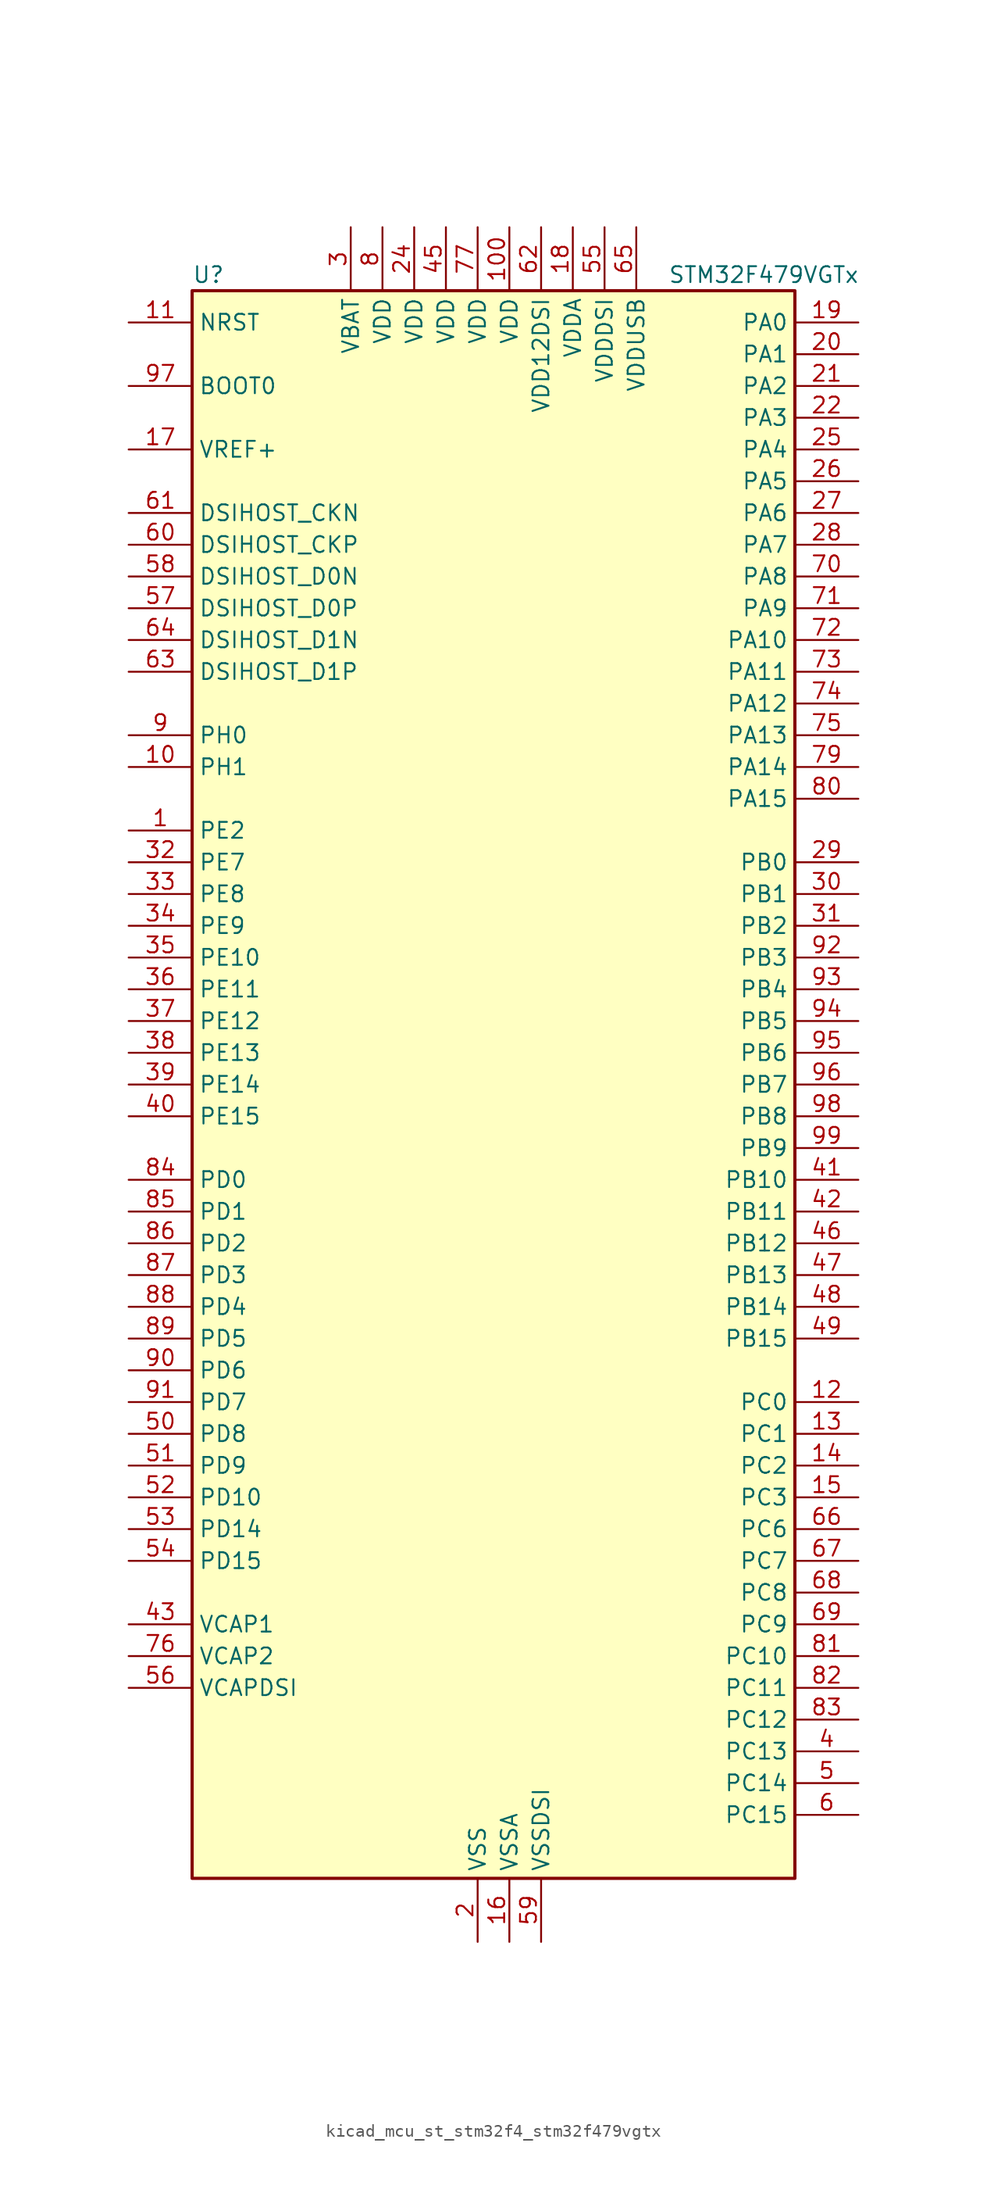
<source format=kicad_sym>
(kicad_symbol_lib
  (version 20220914)
  (generator kicad_symbol_editor)
  (symbol "kicad_mcu_st_stm32f4_stm32f479vgtx"
    (property "Reference" "U"
      (at -22.86 64.77 0)
      (effects (font (size 1.27 1.27)) (justify left)))
    (property "Value" "STM32F479VGTx"
      (at 15.24 64.77 0)
      (effects (font (size 1.27 1.27)) (justify left)))
    (property "ki_locked" ""
      (at 0 0 0)
      (effects (font (size 1.27 1.27))))
    (symbol "kicad_mcu_st_stm32f4_stm32f479vgtx_0_1"
      (rectangle (start -22.86 -63.5) (end 25.4 63.5) (stroke (width 0.254) (type default)) (fill (type background))))
    (symbol "kicad_mcu_st_stm32f4_stm32f479vgtx_1_1"
      (pin bidirectional line (at -27.94 20.32 0) (length 5.08) (name "PE2" (effects (font (size 1.27 1.27)))) (number "1" (effects (font (size 1.27 1.27)))) (alternate "FMC_A23" bidirectional line) (alternate "QUADSPI_BK1_IO2" bidirectional line) (alternate "SAI1_MCLK_A" bidirectional line) (alternate "SPI4_SCK" bidirectional line) (alternate "SYS_TRACECLK" bidirectional line))
      (pin bidirectional line (at -27.94 25.4 0) (length 5.08) (name "PH1" (effects (font (size 1.27 1.27)))) (number "10" (effects (font (size 1.27 1.27)))) (alternate "RCC_OSC_OUT" bidirectional line))
      (pin power_in line (at 2.54 68.58 270) (length 5.08) (name "VDD" (effects (font (size 1.27 1.27)))) (number "100" (effects (font (size 1.27 1.27)))))
      (pin input line (at -27.94 60.96 0) (length 5.08) (name "NRST" (effects (font (size 1.27 1.27)))) (number "11" (effects (font (size 1.27 1.27)))))
      (pin bidirectional line (at 30.48 -25.4 180) (length 5.08) (name "PC0" (effects (font (size 1.27 1.27)))) (number "12" (effects (font (size 1.27 1.27)))) (alternate "ADC1_IN10" bidirectional line) (alternate "ADC2_IN10" bidirectional line) (alternate "ADC3_IN10" bidirectional line) (alternate "FMC_SDNWE" bidirectional line) (alternate "LTDC_R5" bidirectional line) (alternate "USB_OTG_HS_ULPI_STP" bidirectional line))
      (pin bidirectional line (at 30.48 -27.94 180) (length 5.08) (name "PC1" (effects (font (size 1.27 1.27)))) (number "13" (effects (font (size 1.27 1.27)))) (alternate "ADC1_IN11" bidirectional line) (alternate "ADC2_IN11" bidirectional line) (alternate "ADC3_IN11" bidirectional line) (alternate "I2S2_SD" bidirectional line) (alternate "SAI1_SD_A" bidirectional line) (alternate "SPI2_MOSI" bidirectional line) (alternate "SYS_TRACED0" bidirectional line))
      (pin bidirectional line (at 30.48 -30.48 180) (length 5.08) (name "PC2" (effects (font (size 1.27 1.27)))) (number "14" (effects (font (size 1.27 1.27)))) (alternate "ADC1_IN12" bidirectional line) (alternate "ADC2_IN12" bidirectional line) (alternate "ADC3_IN12" bidirectional line) (alternate "FMC_SDNE0" bidirectional line) (alternate "I2S2_ext_SD" bidirectional line) (alternate "SPI2_MISO" bidirectional line) (alternate "USB_OTG_HS_ULPI_DIR" bidirectional line))
      (pin bidirectional line (at 30.48 -33.02 180) (length 5.08) (name "PC3" (effects (font (size 1.27 1.27)))) (number "15" (effects (font (size 1.27 1.27)))) (alternate "ADC1_IN13" bidirectional line) (alternate "ADC2_IN13" bidirectional line) (alternate "ADC3_IN13" bidirectional line) (alternate "FMC_SDCKE0" bidirectional line) (alternate "I2S2_SD" bidirectional line) (alternate "SPI2_MOSI" bidirectional line) (alternate "USB_OTG_HS_ULPI_NXT" bidirectional line))
      (pin power_in line (at 2.54 -68.58 90) (length 5.08) (name "VSSA" (effects (font (size 1.27 1.27)))) (number "16" (effects (font (size 1.27 1.27)))))
      (pin input line (at -27.94 50.8 0) (length 5.08) (name "VREF+" (effects (font (size 1.27 1.27)))) (number "17" (effects (font (size 1.27 1.27)))))
      (pin power_in line (at 7.62 68.58 270) (length 5.08) (name "VDDA" (effects (font (size 1.27 1.27)))) (number "18" (effects (font (size 1.27 1.27)))))
      (pin bidirectional line (at 30.48 60.96 180) (length 5.08) (name "PA0" (effects (font (size 1.27 1.27)))) (number "19" (effects (font (size 1.27 1.27)))) (alternate "ADC1_IN0" bidirectional line) (alternate "ADC2_IN0" bidirectional line) (alternate "ADC3_IN0" bidirectional line) (alternate "SYS_WKUP" bidirectional line) (alternate "TIM2_CH1" bidirectional line) (alternate "TIM2_ETR" bidirectional line) (alternate "TIM5_CH1" bidirectional line) (alternate "TIM8_ETR" bidirectional line) (alternate "UART4_TX" bidirectional line) (alternate "USART2_CTS" bidirectional line))
      (pin power_in line (at 0 -68.58 90) (length 5.08) (name "VSS" (effects (font (size 1.27 1.27)))) (number "2" (effects (font (size 1.27 1.27)))))
      (pin bidirectional line (at 30.48 58.42 180) (length 5.08) (name "PA1" (effects (font (size 1.27 1.27)))) (number "20" (effects (font (size 1.27 1.27)))) (alternate "ADC1_IN1" bidirectional line) (alternate "ADC2_IN1" bidirectional line) (alternate "ADC3_IN1" bidirectional line) (alternate "LTDC_R2" bidirectional line) (alternate "QUADSPI_BK1_IO3" bidirectional line) (alternate "TIM2_CH2" bidirectional line) (alternate "TIM5_CH2" bidirectional line) (alternate "UART4_RX" bidirectional line) (alternate "USART2_RTS" bidirectional line))
      (pin bidirectional line (at 30.48 55.88 180) (length 5.08) (name "PA2" (effects (font (size 1.27 1.27)))) (number "21" (effects (font (size 1.27 1.27)))) (alternate "ADC1_IN2" bidirectional line) (alternate "ADC2_IN2" bidirectional line) (alternate "ADC3_IN2" bidirectional line) (alternate "LTDC_R1" bidirectional line) (alternate "TIM2_CH3" bidirectional line) (alternate "TIM5_CH3" bidirectional line) (alternate "TIM9_CH1" bidirectional line) (alternate "USART2_TX" bidirectional line))
      (pin bidirectional line (at 30.48 53.34 180) (length 5.08) (name "PA3" (effects (font (size 1.27 1.27)))) (number "22" (effects (font (size 1.27 1.27)))) (alternate "ADC1_IN3" bidirectional line) (alternate "ADC2_IN3" bidirectional line) (alternate "ADC3_IN3" bidirectional line) (alternate "LTDC_B2" bidirectional line) (alternate "LTDC_B5" bidirectional line) (alternate "TIM2_CH4" bidirectional line) (alternate "TIM5_CH4" bidirectional line) (alternate "TIM9_CH2" bidirectional line) (alternate "USART2_RX" bidirectional line) (alternate "USB_OTG_HS_ULPI_D0" bidirectional line))
      (pin passive line (at 0 -68.58 90) (length 5.08) hide (name "VSS" (effects (font (size 1.27 1.27)))) (number "23" (effects (font (size 1.27 1.27)))))
      (pin power_in line (at -5.08 68.58 270) (length 5.08) (name "VDD" (effects (font (size 1.27 1.27)))) (number "24" (effects (font (size 1.27 1.27)))))
      (pin bidirectional line (at 30.48 50.8 180) (length 5.08) (name "PA4" (effects (font (size 1.27 1.27)))) (number "25" (effects (font (size 1.27 1.27)))) (alternate "ADC1_IN4" bidirectional line) (alternate "ADC2_IN4" bidirectional line) (alternate "DAC_OUT1" bidirectional line) (alternate "DCMI_HSYNC" bidirectional line) (alternate "I2S3_WS" bidirectional line) (alternate "LTDC_VSYNC" bidirectional line) (alternate "SPI1_NSS" bidirectional line) (alternate "SPI3_NSS" bidirectional line) (alternate "USART2_CK" bidirectional line) (alternate "USB_OTG_HS_SOF" bidirectional line))
      (pin bidirectional line (at 30.48 48.26 180) (length 5.08) (name "PA5" (effects (font (size 1.27 1.27)))) (number "26" (effects (font (size 1.27 1.27)))) (alternate "ADC1_IN5" bidirectional line) (alternate "ADC2_IN5" bidirectional line) (alternate "DAC_OUT2" bidirectional line) (alternate "LTDC_R4" bidirectional line) (alternate "SPI1_SCK" bidirectional line) (alternate "TIM2_CH1" bidirectional line) (alternate "TIM2_ETR" bidirectional line) (alternate "TIM8_CH1N" bidirectional line) (alternate "USB_OTG_HS_ULPI_CK" bidirectional line))
      (pin bidirectional line (at 30.48 45.72 180) (length 5.08) (name "PA6" (effects (font (size 1.27 1.27)))) (number "27" (effects (font (size 1.27 1.27)))) (alternate "ADC1_IN6" bidirectional line) (alternate "ADC2_IN6" bidirectional line) (alternate "DCMI_PIXCLK" bidirectional line) (alternate "LTDC_G2" bidirectional line) (alternate "SPI1_MISO" bidirectional line) (alternate "TIM13_CH1" bidirectional line) (alternate "TIM1_BKIN" bidirectional line) (alternate "TIM3_CH1" bidirectional line) (alternate "TIM8_BKIN" bidirectional line))
      (pin bidirectional line (at 30.48 43.18 180) (length 5.08) (name "PA7" (effects (font (size 1.27 1.27)))) (number "28" (effects (font (size 1.27 1.27)))) (alternate "ADC1_IN7" bidirectional line) (alternate "ADC2_IN7" bidirectional line) (alternate "FMC_SDNWE" bidirectional line) (alternate "QUADSPI_CLK" bidirectional line) (alternate "SPI1_MOSI" bidirectional line) (alternate "TIM14_CH1" bidirectional line) (alternate "TIM1_CH1N" bidirectional line) (alternate "TIM3_CH2" bidirectional line) (alternate "TIM8_CH1N" bidirectional line))
      (pin bidirectional line (at 30.48 17.78 180) (length 5.08) (name "PB0" (effects (font (size 1.27 1.27)))) (number "29" (effects (font (size 1.27 1.27)))) (alternate "ADC1_IN8" bidirectional line) (alternate "ADC2_IN8" bidirectional line) (alternate "LTDC_G1" bidirectional line) (alternate "LTDC_R3" bidirectional line) (alternate "TIM1_CH2N" bidirectional line) (alternate "TIM3_CH3" bidirectional line) (alternate "TIM8_CH2N" bidirectional line) (alternate "USB_OTG_HS_ULPI_D1" bidirectional line))
      (pin power_in line (at -10.16 68.58 270) (length 5.08) (name "VBAT" (effects (font (size 1.27 1.27)))) (number "3" (effects (font (size 1.27 1.27)))))
      (pin bidirectional line (at 30.48 15.24 180) (length 5.08) (name "PB1" (effects (font (size 1.27 1.27)))) (number "30" (effects (font (size 1.27 1.27)))) (alternate "ADC1_IN9" bidirectional line) (alternate "ADC2_IN9" bidirectional line) (alternate "LTDC_G0" bidirectional line) (alternate "LTDC_R6" bidirectional line) (alternate "TIM1_CH3N" bidirectional line) (alternate "TIM3_CH4" bidirectional line) (alternate "TIM8_CH3N" bidirectional line) (alternate "USB_OTG_HS_ULPI_D2" bidirectional line))
      (pin bidirectional line (at 30.48 12.7 180) (length 5.08) (name "PB2" (effects (font (size 1.27 1.27)))) (number "31" (effects (font (size 1.27 1.27)))))
      (pin bidirectional line (at -27.94 17.78 0) (length 5.08) (name "PE7" (effects (font (size 1.27 1.27)))) (number "32" (effects (font (size 1.27 1.27)))) (alternate "FMC_D4" bidirectional line) (alternate "FMC_DA4" bidirectional line) (alternate "QUADSPI_BK2_IO0" bidirectional line) (alternate "TIM1_ETR" bidirectional line) (alternate "UART7_RX" bidirectional line))
      (pin bidirectional line (at -27.94 15.24 0) (length 5.08) (name "PE8" (effects (font (size 1.27 1.27)))) (number "33" (effects (font (size 1.27 1.27)))) (alternate "FMC_D5" bidirectional line) (alternate "FMC_DA5" bidirectional line) (alternate "QUADSPI_BK2_IO1" bidirectional line) (alternate "TIM1_CH1N" bidirectional line) (alternate "UART7_TX" bidirectional line))
      (pin bidirectional line (at -27.94 12.7 0) (length 5.08) (name "PE9" (effects (font (size 1.27 1.27)))) (number "34" (effects (font (size 1.27 1.27)))) (alternate "DAC_EXTI9" bidirectional line) (alternate "FMC_D6" bidirectional line) (alternate "FMC_DA6" bidirectional line) (alternate "QUADSPI_BK2_IO2" bidirectional line) (alternate "TIM1_CH1" bidirectional line))
      (pin bidirectional line (at -27.94 10.16 0) (length 5.08) (name "PE10" (effects (font (size 1.27 1.27)))) (number "35" (effects (font (size 1.27 1.27)))) (alternate "FMC_D7" bidirectional line) (alternate "FMC_DA7" bidirectional line) (alternate "QUADSPI_BK2_IO3" bidirectional line) (alternate "TIM1_CH2N" bidirectional line))
      (pin bidirectional line (at -27.94 7.62 0) (length 5.08) (name "PE11" (effects (font (size 1.27 1.27)))) (number "36" (effects (font (size 1.27 1.27)))) (alternate "ADC1_EXTI11" bidirectional line) (alternate "ADC2_EXTI11" bidirectional line) (alternate "ADC3_EXTI11" bidirectional line) (alternate "FMC_D8" bidirectional line) (alternate "FMC_DA8" bidirectional line) (alternate "LTDC_G3" bidirectional line) (alternate "SPI4_NSS" bidirectional line) (alternate "TIM1_CH2" bidirectional line))
      (pin bidirectional line (at -27.94 5.08 0) (length 5.08) (name "PE12" (effects (font (size 1.27 1.27)))) (number "37" (effects (font (size 1.27 1.27)))) (alternate "FMC_D9" bidirectional line) (alternate "FMC_DA9" bidirectional line) (alternate "LTDC_B4" bidirectional line) (alternate "SPI4_SCK" bidirectional line) (alternate "TIM1_CH3N" bidirectional line))
      (pin bidirectional line (at -27.94 2.54 0) (length 5.08) (name "PE13" (effects (font (size 1.27 1.27)))) (number "38" (effects (font (size 1.27 1.27)))) (alternate "FMC_D10" bidirectional line) (alternate "FMC_DA10" bidirectional line) (alternate "LTDC_DE" bidirectional line) (alternate "SPI4_MISO" bidirectional line) (alternate "TIM1_CH3" bidirectional line))
      (pin bidirectional line (at -27.94 0 0) (length 5.08) (name "PE14" (effects (font (size 1.27 1.27)))) (number "39" (effects (font (size 1.27 1.27)))) (alternate "FMC_D11" bidirectional line) (alternate "FMC_DA11" bidirectional line) (alternate "LTDC_CLK" bidirectional line) (alternate "SPI4_MOSI" bidirectional line) (alternate "TIM1_CH4" bidirectional line))
      (pin bidirectional line (at 30.48 -53.34 180) (length 5.08) (name "PC13" (effects (font (size 1.27 1.27)))) (number "4" (effects (font (size 1.27 1.27)))) (alternate "RTC_AF1" bidirectional line))
      (pin bidirectional line (at -27.94 -2.54 0) (length 5.08) (name "PE15" (effects (font (size 1.27 1.27)))) (number "40" (effects (font (size 1.27 1.27)))) (alternate "ADC1_EXTI15" bidirectional line) (alternate "ADC2_EXTI15" bidirectional line) (alternate "ADC3_EXTI15" bidirectional line) (alternate "FMC_D12" bidirectional line) (alternate "FMC_DA12" bidirectional line) (alternate "LTDC_R7" bidirectional line) (alternate "TIM1_BKIN" bidirectional line))
      (pin bidirectional line (at 30.48 -7.62 180) (length 5.08) (name "PB10" (effects (font (size 1.27 1.27)))) (number "41" (effects (font (size 1.27 1.27)))) (alternate "I2C2_SCL" bidirectional line) (alternate "I2S2_CK" bidirectional line) (alternate "LTDC_G4" bidirectional line) (alternate "QUADSPI_BK1_NCS" bidirectional line) (alternate "SPI2_SCK" bidirectional line) (alternate "TIM2_CH3" bidirectional line) (alternate "USART3_TX" bidirectional line) (alternate "USB_OTG_HS_ULPI_D3" bidirectional line))
      (pin bidirectional line (at 30.48 -10.16 180) (length 5.08) (name "PB11" (effects (font (size 1.27 1.27)))) (number "42" (effects (font (size 1.27 1.27)))) (alternate "ADC1_EXTI11" bidirectional line) (alternate "ADC2_EXTI11" bidirectional line) (alternate "ADC3_EXTI11" bidirectional line) (alternate "DSIHOST_TE" bidirectional line) (alternate "I2C2_SDA" bidirectional line) (alternate "LTDC_G5" bidirectional line) (alternate "TIM2_CH4" bidirectional line) (alternate "USART3_RX" bidirectional line) (alternate "USB_OTG_HS_ULPI_D4" bidirectional line))
      (pin power_out line (at -27.94 -43.18 0) (length 5.08) (name "VCAP1" (effects (font (size 1.27 1.27)))) (number "43" (effects (font (size 1.27 1.27)))))
      (pin passive line (at 0 -68.58 90) (length 5.08) hide (name "VSS" (effects (font (size 1.27 1.27)))) (number "44" (effects (font (size 1.27 1.27)))))
      (pin power_in line (at -2.54 68.58 270) (length 5.08) (name "VDD" (effects (font (size 1.27 1.27)))) (number "45" (effects (font (size 1.27 1.27)))))
      (pin bidirectional line (at 30.48 -12.7 180) (length 5.08) (name "PB12" (effects (font (size 1.27 1.27)))) (number "46" (effects (font (size 1.27 1.27)))) (alternate "CAN2_RX" bidirectional line) (alternate "I2C2_SMBA" bidirectional line) (alternate "I2S2_WS" bidirectional line) (alternate "SPI2_NSS" bidirectional line) (alternate "TIM1_BKIN" bidirectional line) (alternate "USART3_CK" bidirectional line) (alternate "USB_OTG_HS_ID" bidirectional line) (alternate "USB_OTG_HS_ULPI_D5" bidirectional line))
      (pin bidirectional line (at 30.48 -15.24 180) (length 5.08) (name "PB13" (effects (font (size 1.27 1.27)))) (number "47" (effects (font (size 1.27 1.27)))) (alternate "CAN2_TX" bidirectional line) (alternate "I2S2_CK" bidirectional line) (alternate "SPI2_SCK" bidirectional line) (alternate "TIM1_CH1N" bidirectional line) (alternate "USART3_CTS" bidirectional line) (alternate "USB_OTG_HS_ULPI_D6" bidirectional line) (alternate "USB_OTG_HS_VBUS" bidirectional line))
      (pin bidirectional line (at 30.48 -17.78 180) (length 5.08) (name "PB14" (effects (font (size 1.27 1.27)))) (number "48" (effects (font (size 1.27 1.27)))) (alternate "I2S2_ext_SD" bidirectional line) (alternate "SPI2_MISO" bidirectional line) (alternate "TIM12_CH1" bidirectional line) (alternate "TIM1_CH2N" bidirectional line) (alternate "TIM8_CH2N" bidirectional line) (alternate "USART3_RTS" bidirectional line) (alternate "USB_OTG_HS_DM" bidirectional line))
      (pin bidirectional line (at 30.48 -20.32 180) (length 5.08) (name "PB15" (effects (font (size 1.27 1.27)))) (number "49" (effects (font (size 1.27 1.27)))) (alternate "ADC1_EXTI15" bidirectional line) (alternate "ADC2_EXTI15" bidirectional line) (alternate "ADC3_EXTI15" bidirectional line) (alternate "I2S2_SD" bidirectional line) (alternate "RTC_REFIN" bidirectional line) (alternate "SPI2_MOSI" bidirectional line) (alternate "TIM12_CH2" bidirectional line) (alternate "TIM1_CH3N" bidirectional line) (alternate "TIM8_CH3N" bidirectional line) (alternate "USB_OTG_HS_DP" bidirectional line))
      (pin bidirectional line (at 30.48 -55.88 180) (length 5.08) (name "PC14" (effects (font (size 1.27 1.27)))) (number "5" (effects (font (size 1.27 1.27)))) (alternate "RCC_OSC32_IN" bidirectional line))
      (pin bidirectional line (at -27.94 -27.94 0) (length 5.08) (name "PD8" (effects (font (size 1.27 1.27)))) (number "50" (effects (font (size 1.27 1.27)))) (alternate "FMC_D13" bidirectional line) (alternate "FMC_DA13" bidirectional line) (alternate "USART3_TX" bidirectional line))
      (pin bidirectional line (at -27.94 -30.48 0) (length 5.08) (name "PD9" (effects (font (size 1.27 1.27)))) (number "51" (effects (font (size 1.27 1.27)))) (alternate "DAC_EXTI9" bidirectional line) (alternate "FMC_D14" bidirectional line) (alternate "FMC_DA14" bidirectional line) (alternate "USART3_RX" bidirectional line))
      (pin bidirectional line (at -27.94 -33.02 0) (length 5.08) (name "PD10" (effects (font (size 1.27 1.27)))) (number "52" (effects (font (size 1.27 1.27)))) (alternate "FMC_D15" bidirectional line) (alternate "FMC_DA15" bidirectional line) (alternate "LTDC_B3" bidirectional line) (alternate "USART3_CK" bidirectional line))
      (pin bidirectional line (at -27.94 -35.56 0) (length 5.08) (name "PD14" (effects (font (size 1.27 1.27)))) (number "53" (effects (font (size 1.27 1.27)))) (alternate "FMC_D0" bidirectional line) (alternate "FMC_DA0" bidirectional line) (alternate "TIM4_CH3" bidirectional line))
      (pin bidirectional line (at -27.94 -38.1 0) (length 5.08) (name "PD15" (effects (font (size 1.27 1.27)))) (number "54" (effects (font (size 1.27 1.27)))) (alternate "ADC1_EXTI15" bidirectional line) (alternate "ADC2_EXTI15" bidirectional line) (alternate "ADC3_EXTI15" bidirectional line) (alternate "FMC_D1" bidirectional line) (alternate "FMC_DA1" bidirectional line) (alternate "TIM4_CH4" bidirectional line))
      (pin power_in line (at 10.16 68.58 270) (length 5.08) (name "VDDDSI" (effects (font (size 1.27 1.27)))) (number "55" (effects (font (size 1.27 1.27)))))
      (pin power_out line (at -27.94 -48.26 0) (length 5.08) (name "VCAPDSI" (effects (font (size 1.27 1.27)))) (number "56" (effects (font (size 1.27 1.27)))))
      (pin bidirectional line (at -27.94 38.1 0) (length 5.08) (name "DSIHOST_D0P" (effects (font (size 1.27 1.27)))) (number "57" (effects (font (size 1.27 1.27)))) (alternate "DSIHOST_D0P" bidirectional line))
      (pin bidirectional line (at -27.94 40.64 0) (length 5.08) (name "DSIHOST_D0N" (effects (font (size 1.27 1.27)))) (number "58" (effects (font (size 1.27 1.27)))) (alternate "DSIHOST_D0N" bidirectional line))
      (pin power_in line (at 5.08 -68.58 90) (length 5.08) (name "VSSDSI" (effects (font (size 1.27 1.27)))) (number "59" (effects (font (size 1.27 1.27)))))
      (pin bidirectional line (at 30.48 -58.42 180) (length 5.08) (name "PC15" (effects (font (size 1.27 1.27)))) (number "6" (effects (font (size 1.27 1.27)))) (alternate "ADC1_EXTI15" bidirectional line) (alternate "ADC2_EXTI15" bidirectional line) (alternate "ADC3_EXTI15" bidirectional line) (alternate "RCC_OSC32_OUT" bidirectional line))
      (pin bidirectional line (at -27.94 43.18 0) (length 5.08) (name "DSIHOST_CKP" (effects (font (size 1.27 1.27)))) (number "60" (effects (font (size 1.27 1.27)))) (alternate "DSIHOST_CKP" bidirectional line))
      (pin bidirectional line (at -27.94 45.72 0) (length 5.08) (name "DSIHOST_CKN" (effects (font (size 1.27 1.27)))) (number "61" (effects (font (size 1.27 1.27)))) (alternate "DSIHOST_CKN" bidirectional line))
      (pin power_in line (at 5.08 68.58 270) (length 5.08) (name "VDD12DSI" (effects (font (size 1.27 1.27)))) (number "62" (effects (font (size 1.27 1.27)))))
      (pin bidirectional line (at -27.94 33.02 0) (length 5.08) (name "DSIHOST_D1P" (effects (font (size 1.27 1.27)))) (number "63" (effects (font (size 1.27 1.27)))) (alternate "DSIHOST_D1P" bidirectional line))
      (pin bidirectional line (at -27.94 35.56 0) (length 5.08) (name "DSIHOST_D1N" (effects (font (size 1.27 1.27)))) (number "64" (effects (font (size 1.27 1.27)))) (alternate "DSIHOST_D1N" bidirectional line))
      (pin power_in line (at 12.7 68.58 270) (length 5.08) (name "VDDUSB" (effects (font (size 1.27 1.27)))) (number "65" (effects (font (size 1.27 1.27)))))
      (pin bidirectional line (at 30.48 -35.56 180) (length 5.08) (name "PC6" (effects (font (size 1.27 1.27)))) (number "66" (effects (font (size 1.27 1.27)))) (alternate "DCMI_D0" bidirectional line) (alternate "I2S2_MCK" bidirectional line) (alternate "LTDC_HSYNC" bidirectional line) (alternate "SDIO_D6" bidirectional line) (alternate "TIM3_CH1" bidirectional line) (alternate "TIM8_CH1" bidirectional line) (alternate "USART6_TX" bidirectional line))
      (pin bidirectional line (at 30.48 -38.1 180) (length 5.08) (name "PC7" (effects (font (size 1.27 1.27)))) (number "67" (effects (font (size 1.27 1.27)))) (alternate "DCMI_D1" bidirectional line) (alternate "I2S3_MCK" bidirectional line) (alternate "LTDC_G6" bidirectional line) (alternate "SDIO_D7" bidirectional line) (alternate "TIM3_CH2" bidirectional line) (alternate "TIM8_CH2" bidirectional line) (alternate "USART6_RX" bidirectional line))
      (pin bidirectional line (at 30.48 -40.64 180) (length 5.08) (name "PC8" (effects (font (size 1.27 1.27)))) (number "68" (effects (font (size 1.27 1.27)))) (alternate "DCMI_D2" bidirectional line) (alternate "SDIO_D0" bidirectional line) (alternate "SYS_TRACED1" bidirectional line) (alternate "TIM3_CH3" bidirectional line) (alternate "TIM8_CH3" bidirectional line) (alternate "USART6_CK" bidirectional line))
      (pin bidirectional line (at 30.48 -43.18 180) (length 5.08) (name "PC9" (effects (font (size 1.27 1.27)))) (number "69" (effects (font (size 1.27 1.27)))) (alternate "DAC_EXTI9" bidirectional line) (alternate "DCMI_D3" bidirectional line) (alternate "I2C3_SDA" bidirectional line) (alternate "I2S_CKIN" bidirectional line) (alternate "QUADSPI_BK1_IO0" bidirectional line) (alternate "RCC_MCO_2" bidirectional line) (alternate "SDIO_D1" bidirectional line) (alternate "TIM3_CH4" bidirectional line) (alternate "TIM8_CH4" bidirectional line))
      (pin passive line (at 0 -68.58 90) (length 5.08) hide (name "VSS" (effects (font (size 1.27 1.27)))) (number "7" (effects (font (size 1.27 1.27)))))
      (pin bidirectional line (at 30.48 40.64 180) (length 5.08) (name "PA8" (effects (font (size 1.27 1.27)))) (number "70" (effects (font (size 1.27 1.27)))) (alternate "I2C3_SCL" bidirectional line) (alternate "LTDC_R6" bidirectional line) (alternate "RCC_MCO_1" bidirectional line) (alternate "TIM1_CH1" bidirectional line) (alternate "USART1_CK" bidirectional line) (alternate "USB_OTG_FS_SOF" bidirectional line))
      (pin bidirectional line (at 30.48 38.1 180) (length 5.08) (name "PA9" (effects (font (size 1.27 1.27)))) (number "71" (effects (font (size 1.27 1.27)))) (alternate "DAC_EXTI9" bidirectional line) (alternate "DCMI_D0" bidirectional line) (alternate "I2C3_SMBA" bidirectional line) (alternate "I2S2_CK" bidirectional line) (alternate "SPI2_SCK" bidirectional line) (alternate "TIM1_CH2" bidirectional line) (alternate "USART1_TX" bidirectional line) (alternate "USB_OTG_FS_VBUS" bidirectional line))
      (pin bidirectional line (at 30.48 35.56 180) (length 5.08) (name "PA10" (effects (font (size 1.27 1.27)))) (number "72" (effects (font (size 1.27 1.27)))) (alternate "DCMI_D1" bidirectional line) (alternate "TIM1_CH3" bidirectional line) (alternate "USART1_RX" bidirectional line) (alternate "USB_OTG_FS_ID" bidirectional line))
      (pin bidirectional line (at 30.48 33.02 180) (length 5.08) (name "PA11" (effects (font (size 1.27 1.27)))) (number "73" (effects (font (size 1.27 1.27)))) (alternate "ADC1_EXTI11" bidirectional line) (alternate "ADC2_EXTI11" bidirectional line) (alternate "ADC3_EXTI11" bidirectional line) (alternate "CAN1_RX" bidirectional line) (alternate "LTDC_R4" bidirectional line) (alternate "TIM1_CH4" bidirectional line) (alternate "USART1_CTS" bidirectional line) (alternate "USB_OTG_FS_DM" bidirectional line))
      (pin bidirectional line (at 30.48 30.48 180) (length 5.08) (name "PA12" (effects (font (size 1.27 1.27)))) (number "74" (effects (font (size 1.27 1.27)))) (alternate "CAN1_TX" bidirectional line) (alternate "LTDC_R5" bidirectional line) (alternate "TIM1_ETR" bidirectional line) (alternate "USART1_RTS" bidirectional line) (alternate "USB_OTG_FS_DP" bidirectional line))
      (pin bidirectional line (at 30.48 27.94 180) (length 5.08) (name "PA13" (effects (font (size 1.27 1.27)))) (number "75" (effects (font (size 1.27 1.27)))) (alternate "SYS_JTMS-SWDIO" bidirectional line))
      (pin power_out line (at -27.94 -45.72 0) (length 5.08) (name "VCAP2" (effects (font (size 1.27 1.27)))) (number "76" (effects (font (size 1.27 1.27)))))
      (pin power_in line (at 0 68.58 270) (length 5.08) (name "VDD" (effects (font (size 1.27 1.27)))) (number "77" (effects (font (size 1.27 1.27)))))
      (pin passive line (at 0 -68.58 90) (length 5.08) hide (name "VSS" (effects (font (size 1.27 1.27)))) (number "78" (effects (font (size 1.27 1.27)))))
      (pin bidirectional line (at 30.48 25.4 180) (length 5.08) (name "PA14" (effects (font (size 1.27 1.27)))) (number "79" (effects (font (size 1.27 1.27)))) (alternate "SYS_JTCK-SWCLK" bidirectional line))
      (pin power_in line (at -7.62 68.58 270) (length 5.08) (name "VDD" (effects (font (size 1.27 1.27)))) (number "8" (effects (font (size 1.27 1.27)))))
      (pin bidirectional line (at 30.48 22.86 180) (length 5.08) (name "PA15" (effects (font (size 1.27 1.27)))) (number "80" (effects (font (size 1.27 1.27)))) (alternate "ADC1_EXTI15" bidirectional line) (alternate "ADC2_EXTI15" bidirectional line) (alternate "ADC3_EXTI15" bidirectional line) (alternate "I2S3_WS" bidirectional line) (alternate "SPI1_NSS" bidirectional line) (alternate "SPI3_NSS" bidirectional line) (alternate "SYS_JTDI" bidirectional line) (alternate "TIM2_CH1" bidirectional line) (alternate "TIM2_ETR" bidirectional line))
      (pin bidirectional line (at 30.48 -45.72 180) (length 5.08) (name "PC10" (effects (font (size 1.27 1.27)))) (number "81" (effects (font (size 1.27 1.27)))) (alternate "DCMI_D8" bidirectional line) (alternate "I2S3_CK" bidirectional line) (alternate "LTDC_R2" bidirectional line) (alternate "QUADSPI_BK1_IO1" bidirectional line) (alternate "SDIO_D2" bidirectional line) (alternate "SPI3_SCK" bidirectional line) (alternate "UART4_TX" bidirectional line) (alternate "USART3_TX" bidirectional line))
      (pin bidirectional line (at 30.48 -48.26 180) (length 5.08) (name "PC11" (effects (font (size 1.27 1.27)))) (number "82" (effects (font (size 1.27 1.27)))) (alternate "ADC1_EXTI11" bidirectional line) (alternate "ADC2_EXTI11" bidirectional line) (alternate "ADC3_EXTI11" bidirectional line) (alternate "DCMI_D4" bidirectional line) (alternate "I2S3_ext_SD" bidirectional line) (alternate "QUADSPI_BK2_NCS" bidirectional line) (alternate "SDIO_D3" bidirectional line) (alternate "SPI3_MISO" bidirectional line) (alternate "UART4_RX" bidirectional line) (alternate "USART3_RX" bidirectional line))
      (pin bidirectional line (at 30.48 -50.8 180) (length 5.08) (name "PC12" (effects (font (size 1.27 1.27)))) (number "83" (effects (font (size 1.27 1.27)))) (alternate "DCMI_D9" bidirectional line) (alternate "I2S3_SD" bidirectional line) (alternate "SDIO_CK" bidirectional line) (alternate "SPI3_MOSI" bidirectional line) (alternate "SYS_TRACED3" bidirectional line) (alternate "UART5_TX" bidirectional line) (alternate "USART3_CK" bidirectional line))
      (pin bidirectional line (at -27.94 -7.62 0) (length 5.08) (name "PD0" (effects (font (size 1.27 1.27)))) (number "84" (effects (font (size 1.27 1.27)))) (alternate "CAN1_RX" bidirectional line) (alternate "FMC_D2" bidirectional line) (alternate "FMC_DA2" bidirectional line))
      (pin bidirectional line (at -27.94 -10.16 0) (length 5.08) (name "PD1" (effects (font (size 1.27 1.27)))) (number "85" (effects (font (size 1.27 1.27)))) (alternate "CAN1_TX" bidirectional line) (alternate "FMC_D3" bidirectional line) (alternate "FMC_DA3" bidirectional line))
      (pin bidirectional line (at -27.94 -12.7 0) (length 5.08) (name "PD2" (effects (font (size 1.27 1.27)))) (number "86" (effects (font (size 1.27 1.27)))) (alternate "DCMI_D11" bidirectional line) (alternate "SDIO_CMD" bidirectional line) (alternate "SYS_TRACED2" bidirectional line) (alternate "TIM3_ETR" bidirectional line) (alternate "UART5_RX" bidirectional line))
      (pin bidirectional line (at -27.94 -15.24 0) (length 5.08) (name "PD3" (effects (font (size 1.27 1.27)))) (number "87" (effects (font (size 1.27 1.27)))) (alternate "DCMI_D5" bidirectional line) (alternate "FMC_CLK" bidirectional line) (alternate "I2S2_CK" bidirectional line) (alternate "LTDC_G7" bidirectional line) (alternate "SPI2_SCK" bidirectional line) (alternate "USART2_CTS" bidirectional line))
      (pin bidirectional line (at -27.94 -17.78 0) (length 5.08) (name "PD4" (effects (font (size 1.27 1.27)))) (number "88" (effects (font (size 1.27 1.27)))) (alternate "FMC_NOE" bidirectional line) (alternate "USART2_RTS" bidirectional line))
      (pin bidirectional line (at -27.94 -20.32 0) (length 5.08) (name "PD5" (effects (font (size 1.27 1.27)))) (number "89" (effects (font (size 1.27 1.27)))) (alternate "FMC_NWE" bidirectional line) (alternate "USART2_TX" bidirectional line))
      (pin bidirectional line (at -27.94 27.94 0) (length 5.08) (name "PH0" (effects (font (size 1.27 1.27)))) (number "9" (effects (font (size 1.27 1.27)))) (alternate "RCC_OSC_IN" bidirectional line))
      (pin bidirectional line (at -27.94 -22.86 0) (length 5.08) (name "PD6" (effects (font (size 1.27 1.27)))) (number "90" (effects (font (size 1.27 1.27)))) (alternate "DCMI_D10" bidirectional line) (alternate "FMC_NWAIT" bidirectional line) (alternate "I2S3_SD" bidirectional line) (alternate "LTDC_B2" bidirectional line) (alternate "SAI1_SD_A" bidirectional line) (alternate "SPI3_MOSI" bidirectional line) (alternate "USART2_RX" bidirectional line))
      (pin bidirectional line (at -27.94 -25.4 0) (length 5.08) (name "PD7" (effects (font (size 1.27 1.27)))) (number "91" (effects (font (size 1.27 1.27)))) (alternate "FMC_NE1" bidirectional line) (alternate "USART2_CK" bidirectional line))
      (pin bidirectional line (at 30.48 10.16 180) (length 5.08) (name "PB3" (effects (font (size 1.27 1.27)))) (number "92" (effects (font (size 1.27 1.27)))) (alternate "I2S3_CK" bidirectional line) (alternate "SPI1_SCK" bidirectional line) (alternate "SPI3_SCK" bidirectional line) (alternate "SYS_JTDO-SWO" bidirectional line) (alternate "TIM2_CH2" bidirectional line))
      (pin bidirectional line (at 30.48 7.62 180) (length 5.08) (name "PB4" (effects (font (size 1.27 1.27)))) (number "93" (effects (font (size 1.27 1.27)))) (alternate "I2S3_ext_SD" bidirectional line) (alternate "SPI1_MISO" bidirectional line) (alternate "SPI3_MISO" bidirectional line) (alternate "SYS_JTRST" bidirectional line) (alternate "TIM3_CH1" bidirectional line))
      (pin bidirectional line (at 30.48 5.08 180) (length 5.08) (name "PB5" (effects (font (size 1.27 1.27)))) (number "94" (effects (font (size 1.27 1.27)))) (alternate "CAN2_RX" bidirectional line) (alternate "DCMI_D10" bidirectional line) (alternate "FMC_SDCKE1" bidirectional line) (alternate "I2C1_SMBA" bidirectional line) (alternate "I2S3_SD" bidirectional line) (alternate "LTDC_G7" bidirectional line) (alternate "SPI1_MOSI" bidirectional line) (alternate "SPI3_MOSI" bidirectional line) (alternate "TIM3_CH2" bidirectional line) (alternate "USB_OTG_HS_ULPI_D7" bidirectional line))
      (pin bidirectional line (at 30.48 2.54 180) (length 5.08) (name "PB6" (effects (font (size 1.27 1.27)))) (number "95" (effects (font (size 1.27 1.27)))) (alternate "CAN2_TX" bidirectional line) (alternate "DCMI_D5" bidirectional line) (alternate "FMC_SDNE1" bidirectional line) (alternate "I2C1_SCL" bidirectional line) (alternate "QUADSPI_BK1_NCS" bidirectional line) (alternate "TIM4_CH1" bidirectional line) (alternate "USART1_TX" bidirectional line))
      (pin bidirectional line (at 30.48 0 180) (length 5.08) (name "PB7" (effects (font (size 1.27 1.27)))) (number "96" (effects (font (size 1.27 1.27)))) (alternate "DCMI_VSYNC" bidirectional line) (alternate "FMC_NL" bidirectional line) (alternate "I2C1_SDA" bidirectional line) (alternate "TIM4_CH2" bidirectional line) (alternate "USART1_RX" bidirectional line))
      (pin input line (at -27.94 55.88 0) (length 5.08) (name "BOOT0" (effects (font (size 1.27 1.27)))) (number "97" (effects (font (size 1.27 1.27)))))
      (pin bidirectional line (at 30.48 -2.54 180) (length 5.08) (name "PB8" (effects (font (size 1.27 1.27)))) (number "98" (effects (font (size 1.27 1.27)))) (alternate "CAN1_RX" bidirectional line) (alternate "DCMI_D6" bidirectional line) (alternate "I2C1_SCL" bidirectional line) (alternate "LTDC_B6" bidirectional line) (alternate "SDIO_D4" bidirectional line) (alternate "TIM10_CH1" bidirectional line) (alternate "TIM4_CH3" bidirectional line))
      (pin bidirectional line (at 30.48 -5.08 180) (length 5.08) (name "PB9" (effects (font (size 1.27 1.27)))) (number "99" (effects (font (size 1.27 1.27)))) (alternate "CAN1_TX" bidirectional line) (alternate "DAC_EXTI9" bidirectional line) (alternate "DCMI_D7" bidirectional line) (alternate "I2C1_SDA" bidirectional line) (alternate "I2S2_WS" bidirectional line) (alternate "LTDC_B7" bidirectional line) (alternate "SDIO_D5" bidirectional line) (alternate "SPI2_NSS" bidirectional line) (alternate "TIM11_CH1" bidirectional line) (alternate "TIM4_CH4" bidirectional line)))))
</source>
